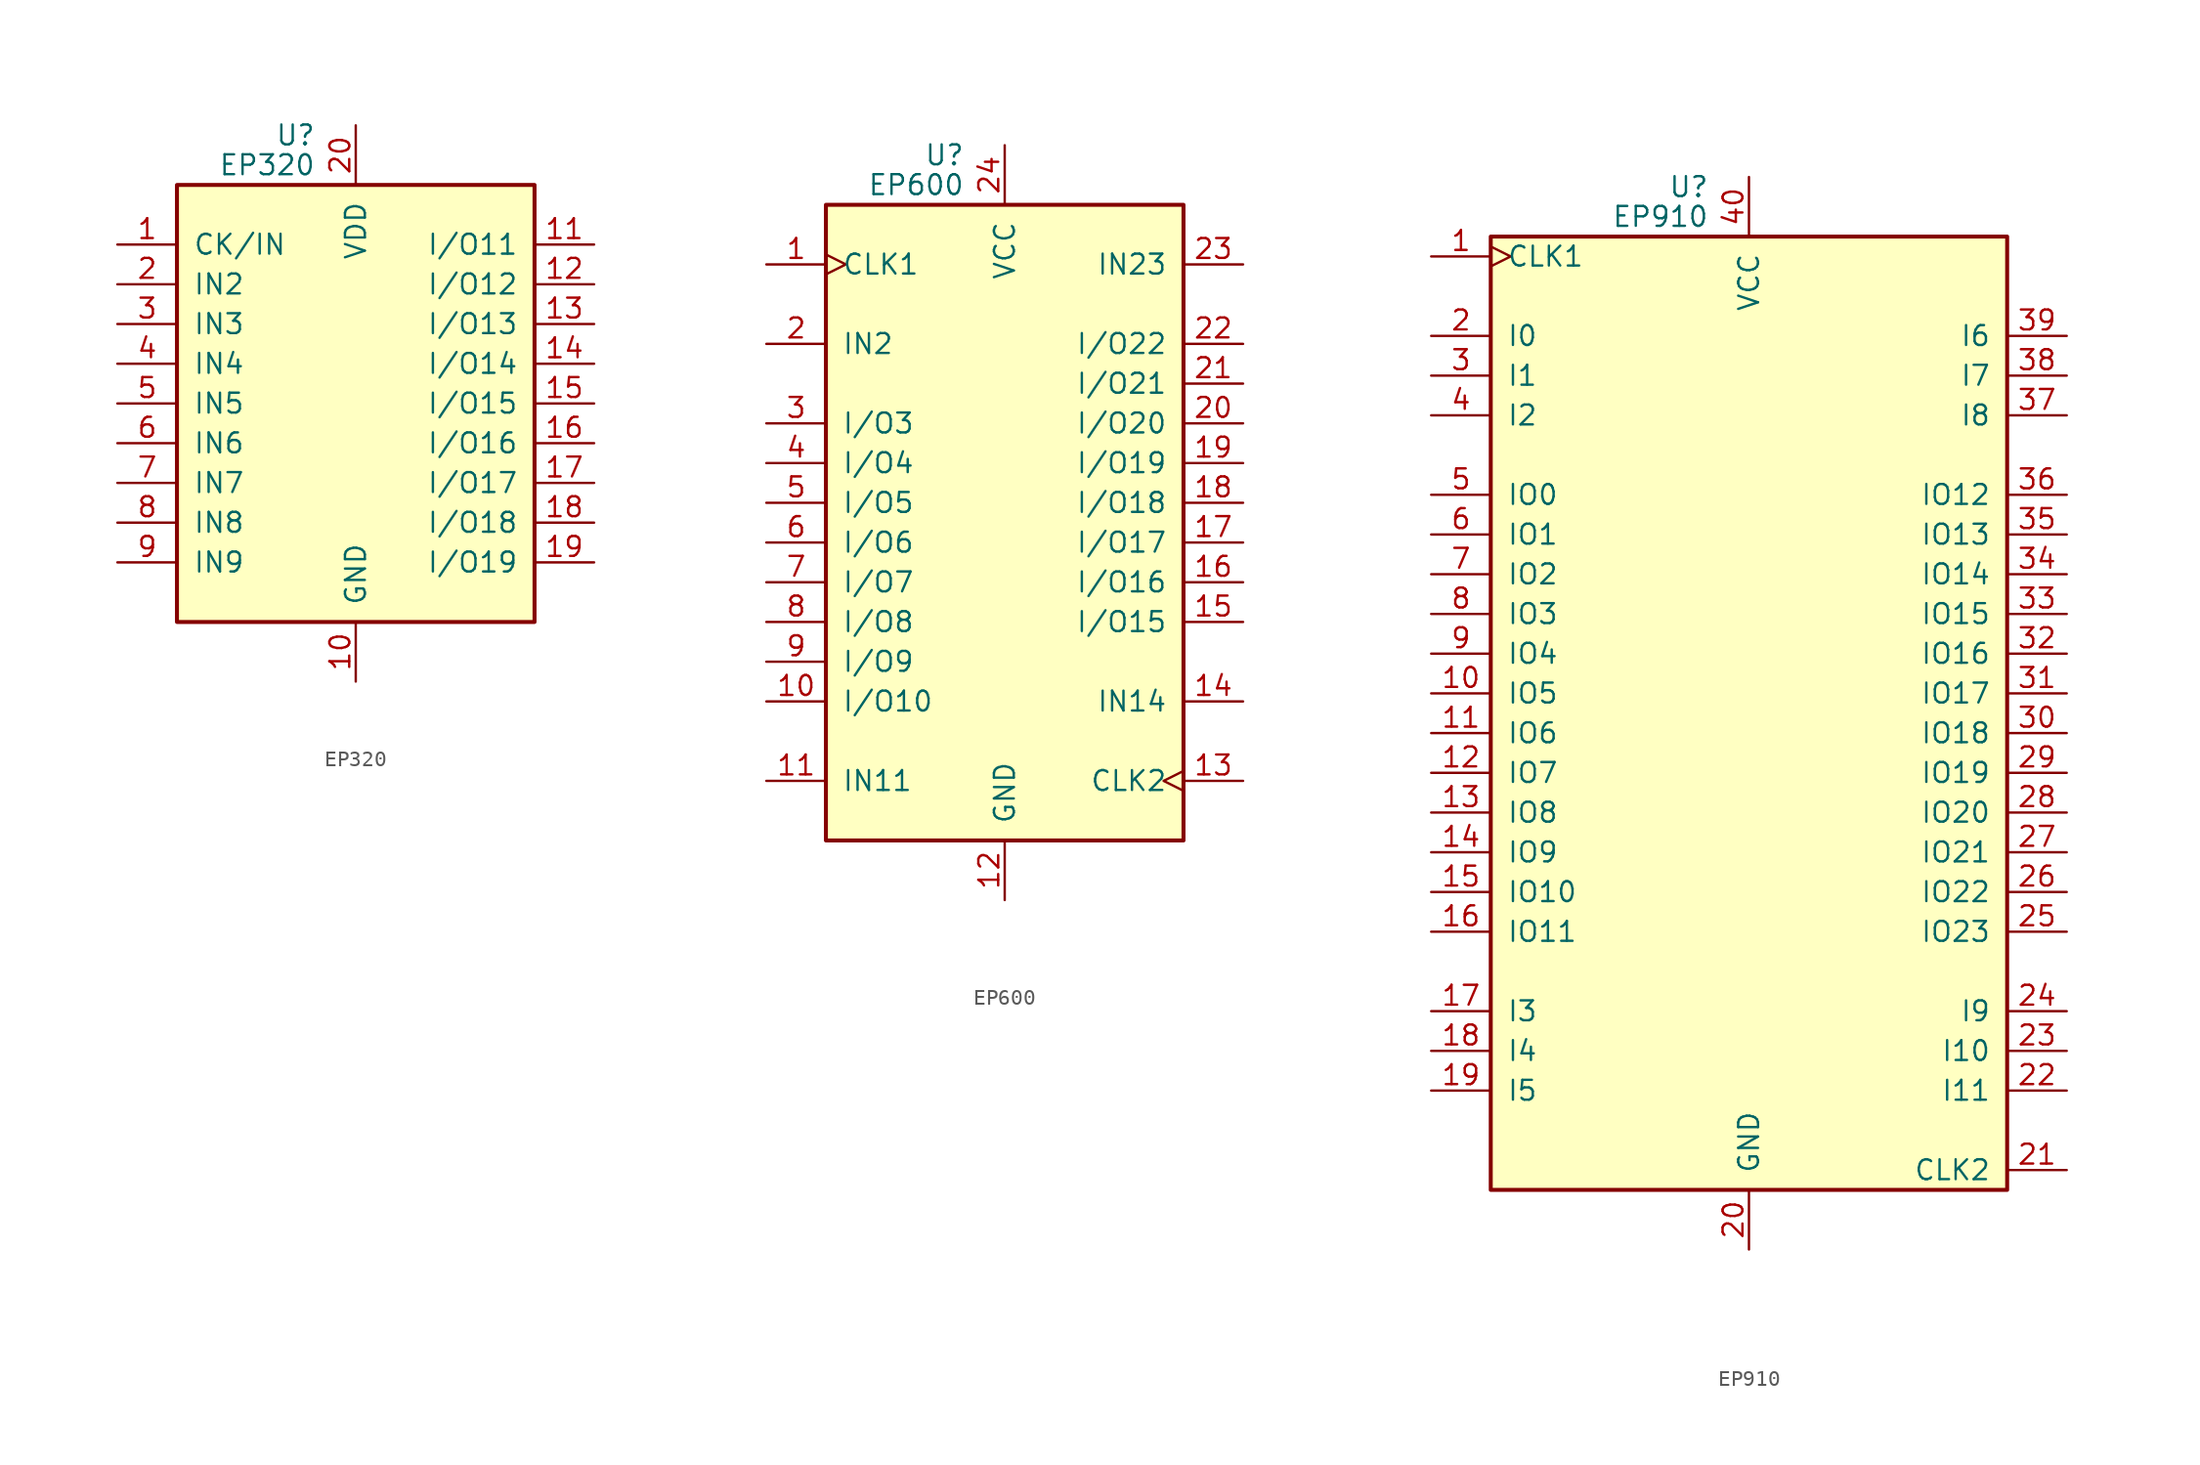
<source format=kicad_sym>
(kicad_symbol_lib
  (version 20201005)
  (generator kicad_symbol_editor)
  (symbol "CPLD_Altera:EP320"
    (pin_names
      (offset 1.016))
    (property "Reference" "U"
      (at -2.54 17.145 0)
      (effects (font (size 1.27 1.27)) (justify right)))
    (property "Value" "EP320"
      (at -2.54 15.24 0)
      (effects (font (size 1.27 1.27)) (justify right)))
    (symbol "EP320_0_1"
      (rectangle (start -11.43 -13.97) (end 11.43 13.97) (stroke (width 0.254)) (fill (type background))))
    (symbol "EP320_1_1"
      (pin input line (at -15.24 10.16 0) (length 3.81) (name "CK/IN" (effects (font (size 1.27 1.27)))) (number "1" (effects (font (size 1.27 1.27)))))
      (pin input line (at -15.24 7.62 0) (length 3.81) (name "IN2" (effects (font (size 1.27 1.27)))) (number "2" (effects (font (size 1.27 1.27)))))
      (pin input line (at -15.24 5.08 0) (length 3.81) (name "IN3" (effects (font (size 1.27 1.27)))) (number "3" (effects (font (size 1.27 1.27)))))
      (pin input line (at -15.24 2.54 0) (length 3.81) (name "IN4" (effects (font (size 1.27 1.27)))) (number "4" (effects (font (size 1.27 1.27)))))
      (pin input line (at -15.24 0 0) (length 3.81) (name "IN5" (effects (font (size 1.27 1.27)))) (number "5" (effects (font (size 1.27 1.27)))))
      (pin input line (at -15.24 -2.54 0) (length 3.81) (name "IN6" (effects (font (size 1.27 1.27)))) (number "6" (effects (font (size 1.27 1.27)))))
      (pin input line (at -15.24 -5.08 0) (length 3.81) (name "IN7" (effects (font (size 1.27 1.27)))) (number "7" (effects (font (size 1.27 1.27)))))
      (pin input line (at -15.24 -7.62 0) (length 3.81) (name "IN8" (effects (font (size 1.27 1.27)))) (number "8" (effects (font (size 1.27 1.27)))))
      (pin input line (at -15.24 -10.16 0) (length 3.81) (name "IN9" (effects (font (size 1.27 1.27)))) (number "9" (effects (font (size 1.27 1.27)))))
      (pin power_in line (at 0 -17.78 90) (length 3.81) (name "GND" (effects (font (size 1.27 1.27)))) (number "10" (effects (font (size 1.27 1.27)))))
      (pin power_in line (at 0 17.78 270) (length 3.81) (name "VDD" (effects (font (size 1.27 1.27)))) (number "20" (effects (font (size 1.27 1.27)))))
      (pin bidirectional line (at 15.24 10.16 180) (length 3.81) (name "I/O11" (effects (font (size 1.27 1.27)))) (number "11" (effects (font (size 1.27 1.27)))))
      (pin bidirectional line (at 15.24 7.62 180) (length 3.81) (name "I/O12" (effects (font (size 1.27 1.27)))) (number "12" (effects (font (size 1.27 1.27)))))
      (pin bidirectional line (at 15.24 5.08 180) (length 3.81) (name "I/O13" (effects (font (size 1.27 1.27)))) (number "13" (effects (font (size 1.27 1.27)))))
      (pin bidirectional line (at 15.24 2.54 180) (length 3.81) (name "I/O14" (effects (font (size 1.27 1.27)))) (number "14" (effects (font (size 1.27 1.27)))))
      (pin bidirectional line (at 15.24 0 180) (length 3.81) (name "I/O15" (effects (font (size 1.27 1.27)))) (number "15" (effects (font (size 1.27 1.27)))))
      (pin bidirectional line (at 15.24 -2.54 180) (length 3.81) (name "I/O16" (effects (font (size 1.27 1.27)))) (number "16" (effects (font (size 1.27 1.27)))))
      (pin bidirectional line (at 15.24 -5.08 180) (length 3.81) (name "I/O17" (effects (font (size 1.27 1.27)))) (number "17" (effects (font (size 1.27 1.27)))))
      (pin bidirectional line (at 15.24 -7.62 180) (length 3.81) (name "I/O18" (effects (font (size 1.27 1.27)))) (number "18" (effects (font (size 1.27 1.27)))))
      (pin bidirectional line (at 15.24 -10.16 180) (length 3.81) (name "I/O19" (effects (font (size 1.27 1.27)))) (number "19" (effects (font (size 1.27 1.27)))))))
  (symbol "CPLD_Altera:EP600"
    (pin_names
      (offset 1.016))
    (property "Reference" "U"
      (at -2.54 24.765 0)
      (effects (font (size 1.27 1.27)) (justify right)))
    (property "Value" "EP600"
      (at -2.54 22.86 0)
      (effects (font (size 1.27 1.27)) (justify right)))
    (symbol "EP600_0_1"
      (rectangle (start -11.43 -19.05) (end 11.43 21.59) (stroke (width 0.254)) (fill (type background))))
    (symbol "EP600_1_1"
      (pin input clock (at -15.24 17.78 0) (length 3.81) (name "CLK1" (effects (font (size 1.27 1.27)))) (number "1" (effects (font (size 1.27 1.27)))))
      (pin input line (at -15.24 12.7 0) (length 3.81) (name "IN2" (effects (font (size 1.27 1.27)))) (number "2" (effects (font (size 1.27 1.27)))))
      (pin passive line (at -15.24 7.62 0) (length 3.81) (name "I/O3" (effects (font (size 1.27 1.27)))) (number "3" (effects (font (size 1.27 1.27)))))
      (pin passive line (at -15.24 5.08 0) (length 3.81) (name "I/O4" (effects (font (size 1.27 1.27)))) (number "4" (effects (font (size 1.27 1.27)))))
      (pin passive line (at -15.24 2.54 0) (length 3.81) (name "I/O5" (effects (font (size 1.27 1.27)))) (number "5" (effects (font (size 1.27 1.27)))))
      (pin passive line (at -15.24 0 0) (length 3.81) (name "I/O6" (effects (font (size 1.27 1.27)))) (number "6" (effects (font (size 1.27 1.27)))))
      (pin passive line (at -15.24 -2.54 0) (length 3.81) (name "I/O7" (effects (font (size 1.27 1.27)))) (number "7" (effects (font (size 1.27 1.27)))))
      (pin passive line (at -15.24 -5.08 0) (length 3.81) (name "I/O8" (effects (font (size 1.27 1.27)))) (number "8" (effects (font (size 1.27 1.27)))))
      (pin passive line (at -15.24 -7.62 0) (length 3.81) (name "I/O9" (effects (font (size 1.27 1.27)))) (number "9" (effects (font (size 1.27 1.27)))))
      (pin passive line (at -15.24 -10.16 0) (length 3.81) (name "I/O10" (effects (font (size 1.27 1.27)))) (number "10" (effects (font (size 1.27 1.27)))))
      (pin passive line (at 15.24 7.62 180) (length 3.81) (name "I/O20" (effects (font (size 1.27 1.27)))) (number "20" (effects (font (size 1.27 1.27)))))
      (pin input line (at -15.24 -15.24 0) (length 3.81) (name "IN11" (effects (font (size 1.27 1.27)))) (number "11" (effects (font (size 1.27 1.27)))))
      (pin passive line (at 15.24 10.16 180) (length 3.81) (name "I/O21" (effects (font (size 1.27 1.27)))) (number "21" (effects (font (size 1.27 1.27)))))
      (pin power_in line (at 0 -22.86 90) (length 3.81) (name "GND" (effects (font (size 1.27 1.27)))) (number "12" (effects (font (size 1.27 1.27)))))
      (pin passive line (at 15.24 12.7 180) (length 3.81) (name "I/O22" (effects (font (size 1.27 1.27)))) (number "22" (effects (font (size 1.27 1.27)))))
      (pin input clock (at 15.24 -15.24 180) (length 3.81) (name "CLK2" (effects (font (size 1.27 1.27)))) (number "13" (effects (font (size 1.27 1.27)))))
      (pin input line (at 15.24 17.78 180) (length 3.81) (name "IN23" (effects (font (size 1.27 1.27)))) (number "23" (effects (font (size 1.27 1.27)))))
      (pin input line (at 15.24 -10.16 180) (length 3.81) (name "IN14" (effects (font (size 1.27 1.27)))) (number "14" (effects (font (size 1.27 1.27)))))
      (pin power_in line (at 0 25.4 270) (length 3.81) (name "VCC" (effects (font (size 1.27 1.27)))) (number "24" (effects (font (size 1.27 1.27)))))
      (pin passive line (at 15.24 -5.08 180) (length 3.81) (name "I/O15" (effects (font (size 1.27 1.27)))) (number "15" (effects (font (size 1.27 1.27)))))
      (pin passive line (at 15.24 -2.54 180) (length 3.81) (name "I/O16" (effects (font (size 1.27 1.27)))) (number "16" (effects (font (size 1.27 1.27)))))
      (pin passive line (at 15.24 0 180) (length 3.81) (name "I/O17" (effects (font (size 1.27 1.27)))) (number "17" (effects (font (size 1.27 1.27)))))
      (pin passive line (at 15.24 2.54 180) (length 3.81) (name "I/O18" (effects (font (size 1.27 1.27)))) (number "18" (effects (font (size 1.27 1.27)))))
      (pin passive line (at 15.24 5.08 180) (length 3.81) (name "I/O19" (effects (font (size 1.27 1.27)))) (number "19" (effects (font (size 1.27 1.27)))))))
  (symbol "CPLD_Altera:EP910"
    (pin_names
      (offset 1.016))
    (property "Reference" "U"
      (at -2.54 32.385 0)
      (effects (font (size 1.27 1.27)) (justify right)))
    (property "Value" "EP910"
      (at -2.54 30.48 0)
      (effects (font (size 1.27 1.27)) (justify right)))
    (symbol "EP910_0_1"
      (rectangle (start -16.51 -31.75) (end 16.51 29.21) (stroke (width 0.254)) (fill (type background))))
    (symbol "EP910_1_1"
      (pin input clock (at -20.32 27.94 0) (length 3.81) (name "CLK1" (effects (font (size 1.27 1.27)))) (number "1" (effects (font (size 1.27 1.27)))))
      (pin input line (at -20.32 22.86 0) (length 3.81) (name "I0" (effects (font (size 1.27 1.27)))) (number "2" (effects (font (size 1.27 1.27)))))
      (pin input line (at -20.32 20.32 0) (length 3.81) (name "I1" (effects (font (size 1.27 1.27)))) (number "3" (effects (font (size 1.27 1.27)))))
      (pin input line (at -20.32 17.78 0) (length 3.81) (name "I2" (effects (font (size 1.27 1.27)))) (number "4" (effects (font (size 1.27 1.27)))))
      (pin input line (at -20.32 12.7 0) (length 3.81) (name "IO0" (effects (font (size 1.27 1.27)))) (number "5" (effects (font (size 1.27 1.27)))))
      (pin input line (at -20.32 10.16 0) (length 3.81) (name "IO1" (effects (font (size 1.27 1.27)))) (number "6" (effects (font (size 1.27 1.27)))))
      (pin input line (at -20.32 7.62 0) (length 3.81) (name "IO2" (effects (font (size 1.27 1.27)))) (number "7" (effects (font (size 1.27 1.27)))))
      (pin input line (at -20.32 5.08 0) (length 3.81) (name "IO3" (effects (font (size 1.27 1.27)))) (number "8" (effects (font (size 1.27 1.27)))))
      (pin input line (at -20.32 2.54 0) (length 3.81) (name "IO4" (effects (font (size 1.27 1.27)))) (number "9" (effects (font (size 1.27 1.27)))))
      (pin input line (at -20.32 0 0) (length 3.81) (name "IO5" (effects (font (size 1.27 1.27)))) (number "10" (effects (font (size 1.27 1.27)))))
      (pin power_in line (at 0 -35.56 90) (length 3.81) (name "GND" (effects (font (size 1.27 1.27)))) (number "20" (effects (font (size 1.27 1.27)))))
      (pin input line (at 20.32 -2.54 180) (length 3.81) (name "IO18" (effects (font (size 1.27 1.27)))) (number "30" (effects (font (size 1.27 1.27)))))
      (pin power_in line (at 0 33.02 270) (length 3.81) (name "VCC" (effects (font (size 1.27 1.27)))) (number "40" (effects (font (size 1.27 1.27)))))
      (pin input line (at -20.32 -2.54 0) (length 3.81) (name "IO6" (effects (font (size 1.27 1.27)))) (number "11" (effects (font (size 1.27 1.27)))))
      (pin input line (at 20.32 -30.48 180) (length 3.81) (name "CLK2" (effects (font (size 1.27 1.27)))) (number "21" (effects (font (size 1.27 1.27)))))
      (pin input line (at 20.32 0 180) (length 3.81) (name "IO17" (effects (font (size 1.27 1.27)))) (number "31" (effects (font (size 1.27 1.27)))))
      (pin input line (at -20.32 -5.08 0) (length 3.81) (name "IO7" (effects (font (size 1.27 1.27)))) (number "12" (effects (font (size 1.27 1.27)))))
      (pin input line (at 20.32 -25.4 180) (length 3.81) (name "I11" (effects (font (size 1.27 1.27)))) (number "22" (effects (font (size 1.27 1.27)))))
      (pin input line (at 20.32 2.54 180) (length 3.81) (name "IO16" (effects (font (size 1.27 1.27)))) (number "32" (effects (font (size 1.27 1.27)))))
      (pin input line (at -20.32 -7.62 0) (length 3.81) (name "IO8" (effects (font (size 1.27 1.27)))) (number "13" (effects (font (size 1.27 1.27)))))
      (pin input line (at 20.32 -22.86 180) (length 3.81) (name "I10" (effects (font (size 1.27 1.27)))) (number "23" (effects (font (size 1.27 1.27)))))
      (pin input line (at 20.32 5.08 180) (length 3.81) (name "IO15" (effects (font (size 1.27 1.27)))) (number "33" (effects (font (size 1.27 1.27)))))
      (pin input line (at -20.32 -10.16 0) (length 3.81) (name "IO9" (effects (font (size 1.27 1.27)))) (number "14" (effects (font (size 1.27 1.27)))))
      (pin input line (at 20.32 -20.32 180) (length 3.81) (name "I9" (effects (font (size 1.27 1.27)))) (number "24" (effects (font (size 1.27 1.27)))))
      (pin input line (at 20.32 7.62 180) (length 3.81) (name "IO14" (effects (font (size 1.27 1.27)))) (number "34" (effects (font (size 1.27 1.27)))))
      (pin input line (at -20.32 -12.7 0) (length 3.81) (name "IO10" (effects (font (size 1.27 1.27)))) (number "15" (effects (font (size 1.27 1.27)))))
      (pin input line (at 20.32 -15.24 180) (length 3.81) (name "IO23" (effects (font (size 1.27 1.27)))) (number "25" (effects (font (size 1.27 1.27)))))
      (pin input line (at 20.32 10.16 180) (length 3.81) (name "IO13" (effects (font (size 1.27 1.27)))) (number "35" (effects (font (size 1.27 1.27)))))
      (pin input line (at -20.32 -15.24 0) (length 3.81) (name "IO11" (effects (font (size 1.27 1.27)))) (number "16" (effects (font (size 1.27 1.27)))))
      (pin input line (at 20.32 -12.7 180) (length 3.81) (name "IO22" (effects (font (size 1.27 1.27)))) (number "26" (effects (font (size 1.27 1.27)))))
      (pin input line (at 20.32 12.7 180) (length 3.81) (name "IO12" (effects (font (size 1.27 1.27)))) (number "36" (effects (font (size 1.27 1.27)))))
      (pin input line (at -20.32 -20.32 0) (length 3.81) (name "I3" (effects (font (size 1.27 1.27)))) (number "17" (effects (font (size 1.27 1.27)))))
      (pin input line (at 20.32 -10.16 180) (length 3.81) (name "IO21" (effects (font (size 1.27 1.27)))) (number "27" (effects (font (size 1.27 1.27)))))
      (pin input line (at 20.32 17.78 180) (length 3.81) (name "I8" (effects (font (size 1.27 1.27)))) (number "37" (effects (font (size 1.27 1.27)))))
      (pin input line (at -20.32 -22.86 0) (length 3.81) (name "I4" (effects (font (size 1.27 1.27)))) (number "18" (effects (font (size 1.27 1.27)))))
      (pin input line (at 20.32 -7.62 180) (length 3.81) (name "IO20" (effects (font (size 1.27 1.27)))) (number "28" (effects (font (size 1.27 1.27)))))
      (pin input line (at 20.32 20.32 180) (length 3.81) (name "I7" (effects (font (size 1.27 1.27)))) (number "38" (effects (font (size 1.27 1.27)))))
      (pin input line (at -20.32 -25.4 0) (length 3.81) (name "I5" (effects (font (size 1.27 1.27)))) (number "19" (effects (font (size 1.27 1.27)))))
      (pin input line (at 20.32 -5.08 180) (length 3.81) (name "IO19" (effects (font (size 1.27 1.27)))) (number "29" (effects (font (size 1.27 1.27)))))
      (pin input line (at 20.32 22.86 180) (length 3.81) (name "I6" (effects (font (size 1.27 1.27)))) (number "39" (effects (font (size 1.27 1.27))))))))
</source>
